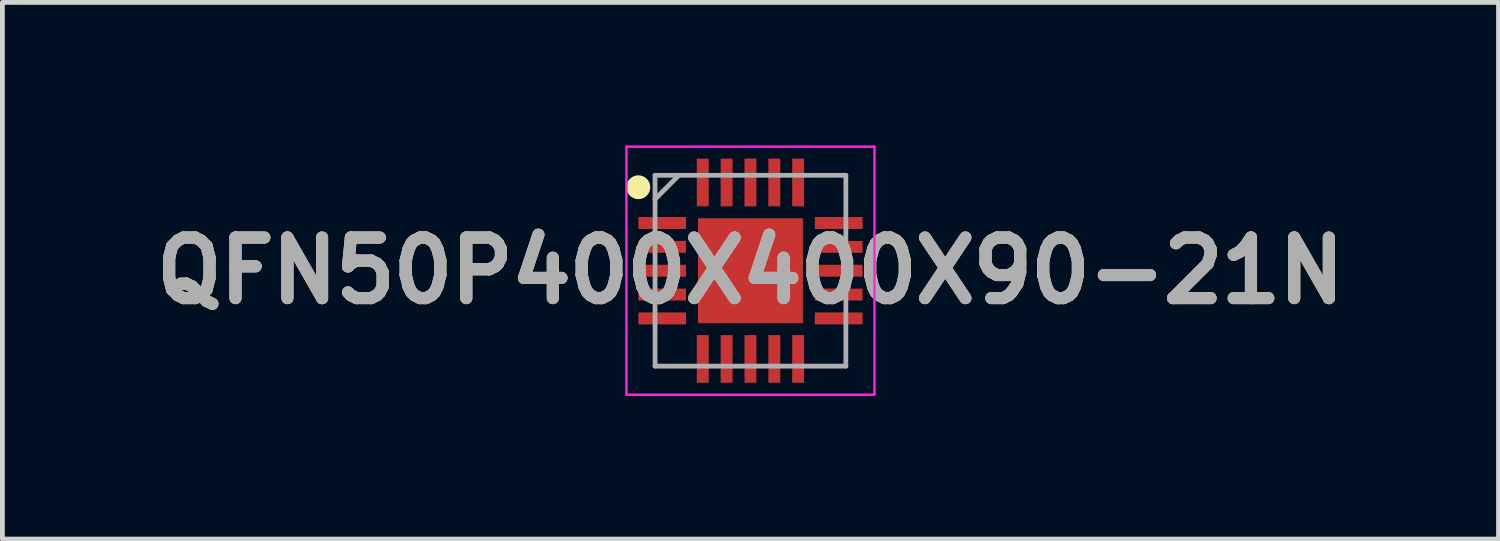
<source format=kicad_pcb>
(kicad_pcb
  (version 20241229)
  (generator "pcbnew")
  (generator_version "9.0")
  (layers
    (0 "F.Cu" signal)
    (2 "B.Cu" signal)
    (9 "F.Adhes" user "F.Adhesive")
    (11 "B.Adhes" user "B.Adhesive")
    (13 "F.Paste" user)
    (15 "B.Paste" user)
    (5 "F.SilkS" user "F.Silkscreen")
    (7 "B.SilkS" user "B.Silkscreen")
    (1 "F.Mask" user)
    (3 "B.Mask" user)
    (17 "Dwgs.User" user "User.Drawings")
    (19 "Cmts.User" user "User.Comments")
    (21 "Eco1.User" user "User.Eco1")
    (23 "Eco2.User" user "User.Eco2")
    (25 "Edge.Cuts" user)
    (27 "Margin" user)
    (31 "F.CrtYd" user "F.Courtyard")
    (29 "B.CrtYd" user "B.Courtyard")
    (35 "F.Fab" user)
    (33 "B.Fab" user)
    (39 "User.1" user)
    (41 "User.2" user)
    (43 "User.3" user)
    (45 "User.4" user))
  (footprint "QFN50P400X400X90-21N"
    (layer "F.Cu")
    (at 12.682 2.625)
    (property "Reference" "QFN50P400X400X90-21N" (at 0 0 0) (layer "F.SilkS") (effects (font (size 1.27 1.27) (thickness 0.254))))
    (attr smd)
    (fp_circle (center -2.35 -1.75) (end -2.35 -1.625) (stroke (width 0.25) (type solid)) (fill no) (layer "F.SilkS"))
    (fp_line (start -2.6 -2.6) (end 2.6 -2.6) (stroke (width 0.05) (type solid)) (layer "F.CrtYd"))
    (fp_line (start -2.6 2.6) (end -2.6 -2.6) (stroke (width 0.05) (type solid)) (layer "F.CrtYd"))
    (fp_line (start 2.6 -2.6) (end 2.6 2.6) (stroke (width 0.05) (type solid)) (layer "F.CrtYd"))
    (fp_line (start 2.6 2.6) (end -2.6 2.6) (stroke (width 0.05) (type solid)) (layer "F.CrtYd"))
    (fp_line (start -2 -2) (end 2 -2) (stroke (width 0.1) (type solid)) (layer "F.Fab"))
    (fp_line (start -2 -1.5) (end -1.5 -2) (stroke (width 0.1) (type solid)) (layer "F.Fab"))
    (fp_line (start -2 2) (end -2 -2) (stroke (width 0.1) (type solid)) (layer "F.Fab"))
    (fp_line (start 2 -2) (end 2 2) (stroke (width 0.1) (type solid)) (layer "F.Fab"))
    (fp_line (start 2 2) (end -2 2) (stroke (width 0.1) (type solid)) (layer "F.Fab"))
    (fp_text user "${REFERENCE}" (at 0 0 0) (layer "F.Fab") (effects (font (size 1.27 1.27) (thickness 0.254))))
    (pad "1" smd rect (at -1.85 -1 90) (size 0.25 1) (layers "F.Cu" "F.Mask" "F.Paste"))
    (pad "2" smd rect (at -1.85 -0.5 90) (size 0.25 1) (layers "F.Cu" "F.Mask" "F.Paste"))
    (pad "3" smd rect (at -1.85 0 90) (size 0.25 1) (layers "F.Cu" "F.Mask" "F.Paste"))
    (pad "4" smd rect (at -1.85 0.5 90) (size 0.25 1) (layers "F.Cu" "F.Mask" "F.Paste"))
    (pad "5" smd rect (at -1.85 1 90) (size 0.25 1) (layers "F.Cu" "F.Mask" "F.Paste"))
    (pad "6" smd rect (at -1 1.85) (size 0.25 1) (layers "F.Cu" "F.Mask" "F.Paste"))
    (pad "7" smd rect (at -0.5 1.85) (size 0.25 1) (layers "F.Cu" "F.Mask" "F.Paste"))
    (pad "8" smd rect (at 0 1.85) (size 0.25 1) (layers "F.Cu" "F.Mask" "F.Paste"))
    (pad "9" smd rect (at 0.5 1.85) (size 0.25 1) (layers "F.Cu" "F.Mask" "F.Paste"))
    (pad "10" smd rect (at 1 1.85) (size 0.25 1) (layers "F.Cu" "F.Mask" "F.Paste"))
    (pad "11" smd rect (at 1.85 1 90) (size 0.25 1) (layers "F.Cu" "F.Mask" "F.Paste"))
    (pad "12" smd rect (at 1.85 0.5 90) (size 0.25 1) (layers "F.Cu" "F.Mask" "F.Paste"))
    (pad "13" smd rect (at 1.85 0 90) (size 0.25 1) (layers "F.Cu" "F.Mask" "F.Paste"))
    (pad "14" smd rect (at 1.85 -0.5 90) (size 0.25 1) (layers "F.Cu" "F.Mask" "F.Paste"))
    (pad "15" smd rect (at 1.85 -1 90) (size 0.25 1) (layers "F.Cu" "F.Mask" "F.Paste"))
    (pad "16" smd rect (at 1 -1.85) (size 0.25 1) (layers "F.Cu" "F.Mask" "F.Paste"))
    (pad "17" smd rect (at 0.5 -1.85) (size 0.25 1) (layers "F.Cu" "F.Mask" "F.Paste"))
    (pad "18" smd rect (at 0 -1.85) (size 0.25 1) (layers "F.Cu" "F.Mask" "F.Paste"))
    (pad "19" smd rect (at -0.5 -1.85) (size 0.25 1) (layers "F.Cu" "F.Mask" "F.Paste"))
    (pad "20" smd rect (at -1 -1.85) (size 0.25 1) (layers "F.Cu" "F.Mask" "F.Paste"))
    (pad "21" smd rect (at 0 0) (size 2.2 2.2) (layers "F.Cu" "F.Mask" "F.Paste")))
  (gr_rect
    (start -3 -3)
    (end 28.364 8.25)
    (stroke (width 0.1) (type default))
    (fill no)
    (layer "Edge.Cuts")))
</source>
